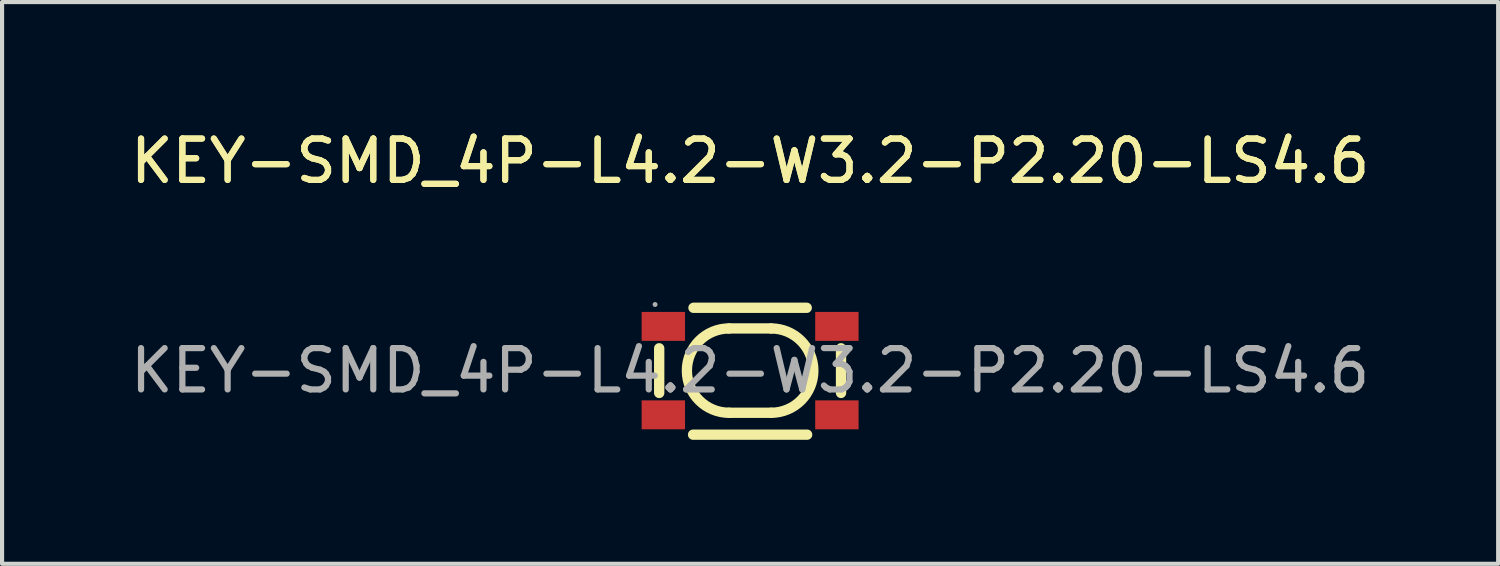
<source format=kicad_pcb>
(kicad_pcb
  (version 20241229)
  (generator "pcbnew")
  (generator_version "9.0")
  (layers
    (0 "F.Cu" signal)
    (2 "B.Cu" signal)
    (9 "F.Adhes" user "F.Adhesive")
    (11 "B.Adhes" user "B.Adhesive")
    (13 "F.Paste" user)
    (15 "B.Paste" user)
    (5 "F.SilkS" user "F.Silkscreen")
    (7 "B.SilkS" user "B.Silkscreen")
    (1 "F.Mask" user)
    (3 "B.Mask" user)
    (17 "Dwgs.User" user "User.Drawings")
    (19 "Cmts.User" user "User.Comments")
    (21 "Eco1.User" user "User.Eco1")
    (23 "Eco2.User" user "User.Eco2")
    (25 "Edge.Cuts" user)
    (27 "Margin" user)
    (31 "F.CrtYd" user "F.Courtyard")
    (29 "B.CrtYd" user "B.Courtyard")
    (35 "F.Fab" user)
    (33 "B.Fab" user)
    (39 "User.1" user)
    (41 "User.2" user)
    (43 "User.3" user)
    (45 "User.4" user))
  (footprint "KEY-SMD_4P-L4.2-W3.2-P2.20-LS4.6"
    (layer "F.Cu")
    (at 15.101 5.918)
    (property "Reference" "KEY-SMD_4P-L4.2-W3.2-P2.20-LS4.6" (at 0 -5.07 0) (layer "F.SilkS") (effects (font (size 1 1) (thickness 0.15))))
    (attr smd)
    (fp_line (start -2.2 -0.54) (end -2.2 0.54) (stroke (width 0.25) (type solid)) (layer "F.SilkS"))
    (fp_line (start -1.38 1.55) (end 1.38 1.55) (stroke (width 0.25) (type solid)) (layer "F.SilkS"))
    (fp_line (start -0.51 -1.02) (end 0.51 -1.02) (stroke (width 0.25) (type solid)) (layer "F.SilkS"))
    (fp_line (start -0.51 1.02) (end 0.51 1.02) (stroke (width 0.25) (type solid)) (layer "F.SilkS"))
    (fp_line (start 1.37 -1.52) (end -1.37 -1.52) (stroke (width 0.25) (type solid)) (layer "F.SilkS"))
    (fp_line (start 2.2 -0.54) (end 2.2 0.54) (stroke (width 0.25) (type solid)) (layer "F.SilkS"))
    (fp_arc (start -0.51 1.02) (mid -1.53 0) (end -0.51 -1.02) (stroke (width 0.25) (type solid)) (layer "F.SilkS"))
    (fp_arc (start 0.51 -1.02) (mid 1.53 0) (end 0.51 1.02) (stroke (width 0.25) (type solid)) (layer "F.SilkS"))
    (fp_circle (center -2.3 -1.6) (end -2.27 -1.6) (stroke (width 0.06) (type solid)) (fill no) (layer "F.Fab"))
    (fp_text user "${REFERENCE}" (at 0 -5.07 0) (layer "F.SilkS") (effects (font (size 1 1) (thickness 0.15))))
    (fp_text user "${REFERENCE}" (at 0 0 0) (layer "F.Fab") (effects (font (size 1 1) (thickness 0.15))))
    (pad "1" smd rect (at -2.1 -1.07) (size 1.05 0.7) (layers "F.Cu" "F.Mask" "F.Paste"))
    (pad "2" smd rect (at 2.1 -1.07) (size 1.05 0.7) (layers "F.Cu" "F.Mask" "F.Paste"))
    (pad "3" smd rect (at -2.1 1.07) (size 1.05 0.7) (layers "F.Cu" "F.Mask" "F.Paste"))
    (pad "4" smd rect (at 2.1 1.07) (size 1.05 0.7) (layers "F.Cu" "F.Mask" "F.Paste")))
  (gr_rect
    (start -3 -3)
    (end 33.202 10.593)
    (stroke (width 0.1) (type default))
    (fill no)
    (layer "Edge.Cuts")))
</source>
